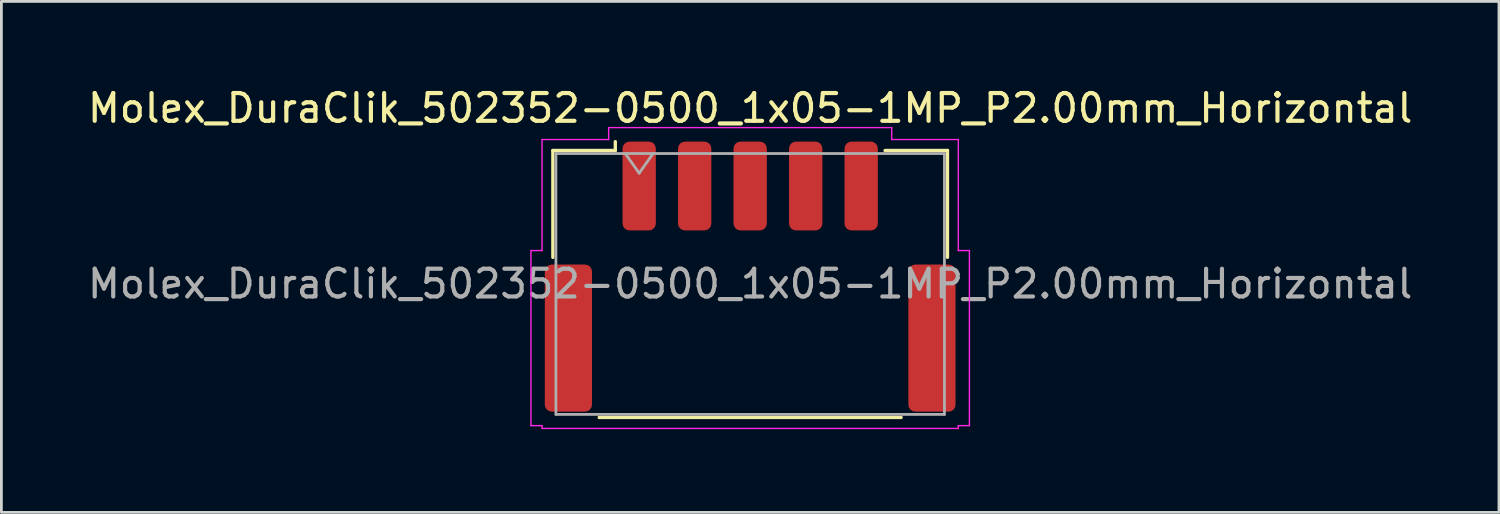
<source format=kicad_pcb>
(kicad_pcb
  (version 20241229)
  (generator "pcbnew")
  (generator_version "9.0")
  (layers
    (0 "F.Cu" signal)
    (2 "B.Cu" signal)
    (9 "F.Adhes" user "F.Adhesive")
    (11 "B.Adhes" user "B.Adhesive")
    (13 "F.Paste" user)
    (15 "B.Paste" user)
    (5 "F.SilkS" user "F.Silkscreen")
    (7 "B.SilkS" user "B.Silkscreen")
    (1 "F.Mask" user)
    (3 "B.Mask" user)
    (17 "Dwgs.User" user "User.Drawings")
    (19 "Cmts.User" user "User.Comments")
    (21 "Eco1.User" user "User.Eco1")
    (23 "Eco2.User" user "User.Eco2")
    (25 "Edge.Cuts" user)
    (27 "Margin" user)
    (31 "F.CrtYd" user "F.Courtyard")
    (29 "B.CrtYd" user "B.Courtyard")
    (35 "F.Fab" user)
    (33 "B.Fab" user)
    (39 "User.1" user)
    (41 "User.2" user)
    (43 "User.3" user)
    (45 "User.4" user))
  (footprint "Molex_DuraClik_502352-0500_1x05-1MP_P2.00mm_Horizontal"
    (layer "F.Cu")
    (at 23.982 6.918)
    (property "Reference" "Molex_DuraClik_502352-0500_1x05-1MP_P2.00mm_Horizontal" (at 0 -6.07 0) (layer "F.SilkS") (effects (font (size 1 1) (thickness 0.15))))
    (attr smd)
    (fp_line (start -7.11 -4.545) (end -4.86 -4.545) (stroke (width 0.12) (type solid)) (layer "F.SilkS"))
    (fp_line (start -7.11 -0.695) (end -7.11 -4.545) (stroke (width 0.12) (type solid)) (layer "F.SilkS"))
    (fp_line (start -5.44 5.075) (end 5.44 5.075) (stroke (width 0.12) (type solid)) (layer "F.SilkS"))
    (fp_line (start -4.86 -4.545) (end -4.86 -4.865) (stroke (width 0.12) (type solid)) (layer "F.SilkS"))
    (fp_line (start 7.11 -4.545) (end 4.86 -4.545) (stroke (width 0.12) (type solid)) (layer "F.SilkS"))
    (fp_line (start 7.11 -0.695) (end 7.11 -4.545) (stroke (width 0.12) (type solid)) (layer "F.SilkS"))
    (fp_line (start -7.9 -0.94) (end -7.5 -0.94) (stroke (width 0.05) (type solid)) (layer "F.CrtYd"))
    (fp_line (start -7.9 5.37) (end -7.9 -0.94) (stroke (width 0.05) (type solid)) (layer "F.CrtYd"))
    (fp_line (start -7.5 -4.94) (end -5.1 -4.94) (stroke (width 0.05) (type solid)) (layer "F.CrtYd"))
    (fp_line (start -7.5 -0.94) (end -7.5 -4.94) (stroke (width 0.05) (type solid)) (layer "F.CrtYd"))
    (fp_line (start -7.5 5.37) (end -7.9 5.37) (stroke (width 0.05) (type solid)) (layer "F.CrtYd"))
    (fp_line (start -7.5 5.47) (end -7.5 5.37) (stroke (width 0.05) (type solid)) (layer "F.CrtYd"))
    (fp_line (start -5.1 -5.37) (end 5.1 -5.37) (stroke (width 0.05) (type solid)) (layer "F.CrtYd"))
    (fp_line (start -5.1 -4.94) (end -5.1 -5.37) (stroke (width 0.05) (type solid)) (layer "F.CrtYd"))
    (fp_line (start 5.1 -5.37) (end 5.1 -4.94) (stroke (width 0.05) (type solid)) (layer "F.CrtYd"))
    (fp_line (start 5.1 -4.94) (end 7.5 -4.94) (stroke (width 0.05) (type solid)) (layer "F.CrtYd"))
    (fp_line (start 7.5 -4.94) (end 7.5 -0.94) (stroke (width 0.05) (type solid)) (layer "F.CrtYd"))
    (fp_line (start 7.5 -0.94) (end 7.9 -0.94) (stroke (width 0.05) (type solid)) (layer "F.CrtYd"))
    (fp_line (start 7.5 5.37) (end 7.5 5.47) (stroke (width 0.05) (type solid)) (layer "F.CrtYd"))
    (fp_line (start 7.5 5.47) (end -7.5 5.47) (stroke (width 0.05) (type solid)) (layer "F.CrtYd"))
    (fp_line (start 7.9 -0.94) (end 7.9 5.37) (stroke (width 0.05) (type solid)) (layer "F.CrtYd"))
    (fp_line (start 7.9 5.37) (end 7.5 5.37) (stroke (width 0.05) (type solid)) (layer "F.CrtYd"))
    (fp_line (start -7 -4.435) (end -7 4.965) (stroke (width 0.1) (type solid)) (layer "F.Fab"))
    (fp_line (start -7 -4.435) (end 7 -4.435) (stroke (width 0.1) (type solid)) (layer "F.Fab"))
    (fp_line (start -7 4.965) (end 7 4.965) (stroke (width 0.1) (type solid)) (layer "F.Fab"))
    (fp_line (start -4.5 -4.435) (end -4 -3.728) (stroke (width 0.1) (type solid)) (layer "F.Fab"))
    (fp_line (start -4 -3.728) (end -3.5 -4.435) (stroke (width 0.1) (type solid)) (layer "F.Fab"))
    (fp_line (start 7 -4.435) (end 7 4.965) (stroke (width 0.1) (type solid)) (layer "F.Fab"))
    (fp_text user "${REFERENCE}" (at 0 0.26 0) (layer "F.Fab") (effects (font (size 1 1) (thickness 0.15))))
    (pad "1" smd roundrect (at -4 -3.265) (size 1.2 3.2) (layers "F.Cu" "F.Mask" "F.Paste") (roundrect_rratio 0.208))
    (pad "2" smd roundrect (at -2 -3.265) (size 1.2 3.2) (layers "F.Cu" "F.Mask" "F.Paste") (roundrect_rratio 0.208))
    (pad "3" smd roundrect (at 0 -3.265) (size 1.2 3.2) (layers "F.Cu" "F.Mask" "F.Paste") (roundrect_rratio 0.208))
    (pad "4" smd roundrect (at 2 -3.265) (size 1.2 3.2) (layers "F.Cu" "F.Mask" "F.Paste") (roundrect_rratio 0.208))
    (pad "5" smd roundrect (at 4 -3.265) (size 1.2 3.2) (layers "F.Cu" "F.Mask" "F.Paste") (roundrect_rratio 0.208))
    (pad "MP" smd roundrect (at -6.55 2.215) (size 1.7 5.3) (layers "F.Cu" "F.Mask" "F.Paste") (roundrect_rratio 0.147))
    (pad "MP" smd roundrect (at 6.55 2.215) (size 1.7 5.3) (layers "F.Cu" "F.Mask" "F.Paste") (roundrect_rratio 0.147)))
  (gr_rect
    (start -3 -3)
    (end 50.964 15.413)
    (stroke (width 0.1) (type default))
    (fill no)
    (layer "Edge.Cuts")))
</source>
